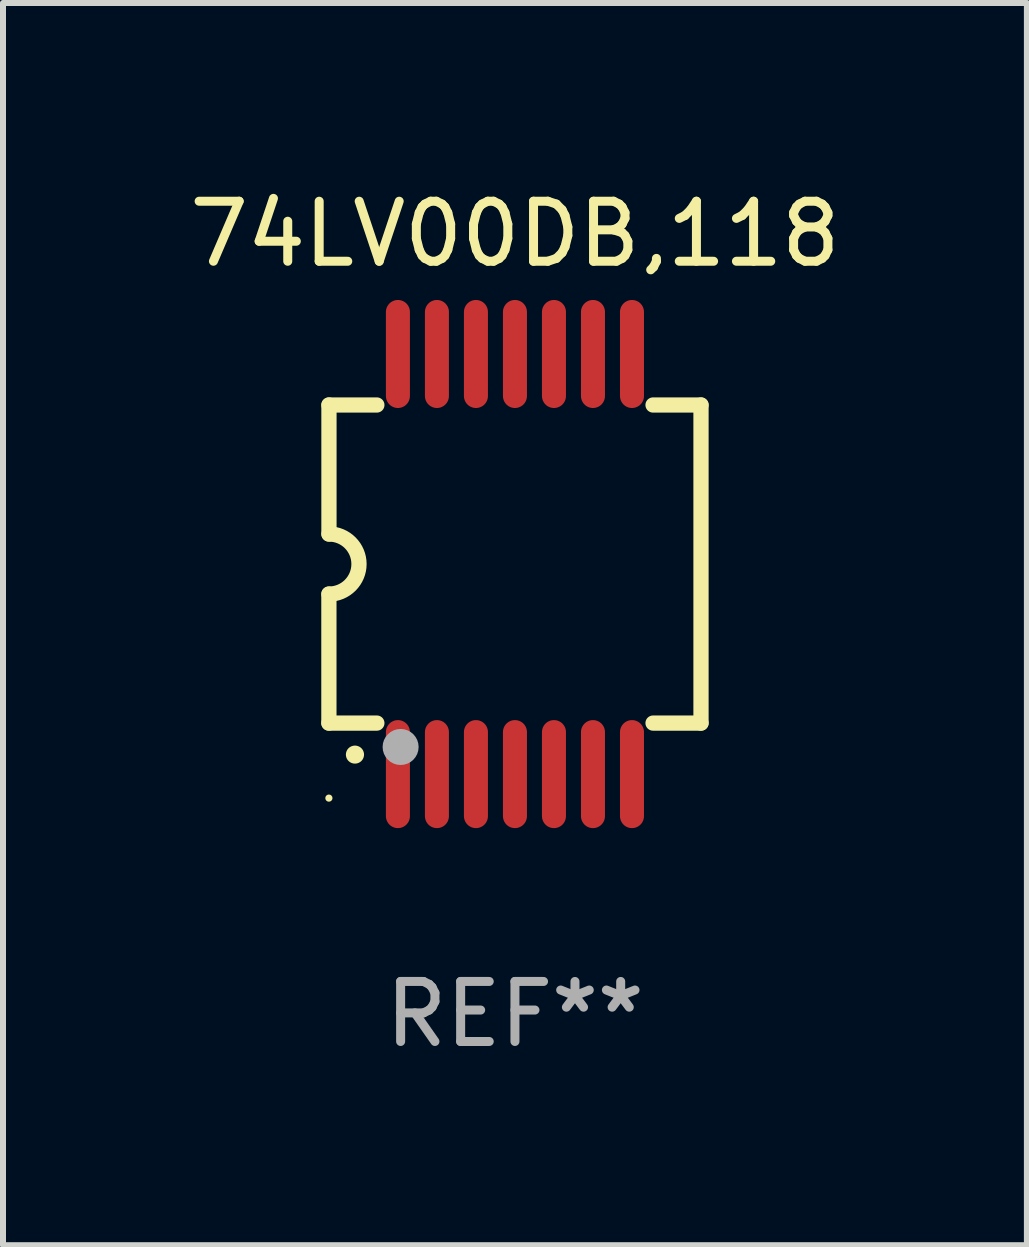
<source format=kicad_pcb>
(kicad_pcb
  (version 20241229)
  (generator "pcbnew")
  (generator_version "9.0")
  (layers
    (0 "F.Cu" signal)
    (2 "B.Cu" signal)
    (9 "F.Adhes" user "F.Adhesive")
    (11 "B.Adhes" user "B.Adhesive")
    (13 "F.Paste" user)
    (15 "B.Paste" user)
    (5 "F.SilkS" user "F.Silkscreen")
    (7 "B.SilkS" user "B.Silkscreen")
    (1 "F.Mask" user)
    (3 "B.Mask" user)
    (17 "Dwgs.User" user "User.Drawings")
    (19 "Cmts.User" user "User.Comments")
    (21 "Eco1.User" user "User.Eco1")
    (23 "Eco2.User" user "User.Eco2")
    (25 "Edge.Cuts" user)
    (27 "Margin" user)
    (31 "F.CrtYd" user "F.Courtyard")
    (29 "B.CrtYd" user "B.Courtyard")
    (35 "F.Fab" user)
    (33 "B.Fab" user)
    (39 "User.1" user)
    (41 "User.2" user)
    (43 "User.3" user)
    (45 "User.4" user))
  (footprint "74LV00DB,118"
    (layer "F.Cu")
    (at 5.53 6.348)
    (property "Reference" "74LV00DB,118" (at 0 -5.5 0) (layer "F.SilkS") (effects (font (size 1 1) (thickness 0.15))))
    (attr through_hole)
    (fp_line (start -3.1 2.65) (end -3.1 0.5) (stroke (width 0.254) (type solid)) (layer "F.SilkS"))
    (fp_line (start -3.099 -2.65) (end -2.301 -2.65) (stroke (width 0.254) (type solid)) (layer "F.SilkS"))
    (fp_line (start -3.099 -0.5) (end -3.099 -2.65) (stroke (width 0.254) (type solid)) (layer "F.SilkS"))
    (fp_line (start -2.301 2.65) (end -3.1 2.65) (stroke (width 0.254) (type solid)) (layer "F.SilkS"))
    (fp_line (start 2.301 -2.65) (end 3.1 -2.65) (stroke (width 0.254) (type solid)) (layer "F.SilkS"))
    (fp_line (start 3.1 -2.65) (end 3.1 2.65) (stroke (width 0.254) (type solid)) (layer "F.SilkS"))
    (fp_line (start 3.1 2.65) (end 2.301 2.65) (stroke (width 0.254) (type solid)) (layer "F.SilkS"))
    (fp_arc (start -3.098806 -0.500381) (mid -2.598806 0) (end -3.098806 0.500381) (stroke (width 0.254001) (type solid)) (layer "F.SilkS"))
    (fp_arc (start -2.667005 3.175006) (mid -2.665735 3.175001) (end -2.664465 3.175006) (stroke (width 0.3) (type solid)) (layer "F.SilkS"))
    (fp_circle (center -3.1 3.9) (end -3.07 3.9) (stroke (width 0.06) (type solid)) (fill no) (layer "F.SilkS"))
    (fp_circle (center -1.905 3.048) (end -1.755 3.048) (stroke (width 0.3) (type solid)) (fill no) (layer "F.Fab"))
    (fp_text user "REF**" (at 0 7.5 0) (layer "F.Fab") (effects (font (size 1 1) (thickness 0.15))))
    (pad "1" smd oval (at -1.95 3.5 270) (size 1.8 0.4) (layers "F.Cu" "F.Mask" "F.Paste"))
    (pad "2" smd oval (at -1.3 3.5 270) (size 1.8 0.4) (layers "F.Cu" "F.Mask" "F.Paste"))
    (pad "3" smd oval (at -0.65 3.5 270) (size 1.8 0.4) (layers "F.Cu" "F.Mask" "F.Paste"))
    (pad "4" smd oval (at 0 3.5 270) (size 1.8 0.4) (layers "F.Cu" "F.Mask" "F.Paste"))
    (pad "5" smd oval (at 0.65 3.5 270) (size 1.8 0.4) (layers "F.Cu" "F.Mask" "F.Paste"))
    (pad "6" smd oval (at 1.3 3.5 270) (size 1.8 0.4) (layers "F.Cu" "F.Mask" "F.Paste"))
    (pad "7" smd oval (at 1.95 3.5 270) (size 1.8 0.4) (layers "F.Cu" "F.Mask" "F.Paste"))
    (pad "8" smd oval (at 1.95 -3.5 90) (size 1.8 0.4) (layers "F.Cu" "F.Mask" "F.Paste"))
    (pad "9" smd oval (at 1.3 -3.5 90) (size 1.8 0.4) (layers "F.Cu" "F.Mask" "F.Paste"))
    (pad "10" smd oval (at 0.65 -3.5 90) (size 1.8 0.4) (layers "F.Cu" "F.Mask" "F.Paste"))
    (pad "11" smd oval (at 0 -3.5 90) (size 1.8 0.4) (layers "F.Cu" "F.Mask" "F.Paste"))
    (pad "12" smd oval (at -0.65 -3.5 90) (size 1.8 0.4) (layers "F.Cu" "F.Mask" "F.Paste"))
    (pad "13" smd oval (at -1.3 -3.5 90) (size 1.8 0.4) (layers "F.Cu" "F.Mask" "F.Paste"))
    (pad "14" smd oval (at -1.95 -3.5 90) (size 1.8 0.4) (layers "F.Cu" "F.Mask" "F.Paste")))
  (gr_rect
    (start -3 -3)
    (end 14.06 17.697)
    (stroke (width 0.1) (type default))
    (fill no)
    (layer "Edge.Cuts")))
</source>
